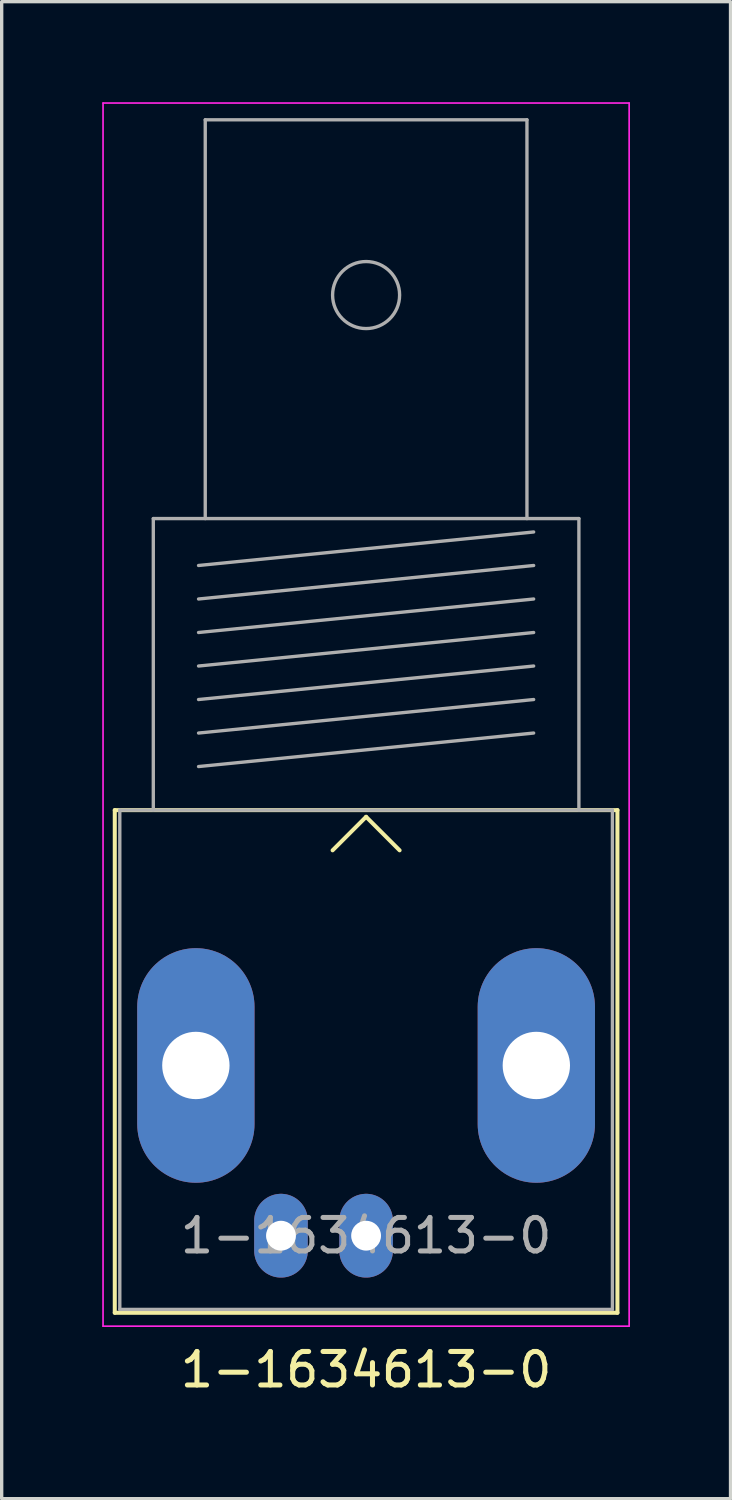
<source format=kicad_pcb>
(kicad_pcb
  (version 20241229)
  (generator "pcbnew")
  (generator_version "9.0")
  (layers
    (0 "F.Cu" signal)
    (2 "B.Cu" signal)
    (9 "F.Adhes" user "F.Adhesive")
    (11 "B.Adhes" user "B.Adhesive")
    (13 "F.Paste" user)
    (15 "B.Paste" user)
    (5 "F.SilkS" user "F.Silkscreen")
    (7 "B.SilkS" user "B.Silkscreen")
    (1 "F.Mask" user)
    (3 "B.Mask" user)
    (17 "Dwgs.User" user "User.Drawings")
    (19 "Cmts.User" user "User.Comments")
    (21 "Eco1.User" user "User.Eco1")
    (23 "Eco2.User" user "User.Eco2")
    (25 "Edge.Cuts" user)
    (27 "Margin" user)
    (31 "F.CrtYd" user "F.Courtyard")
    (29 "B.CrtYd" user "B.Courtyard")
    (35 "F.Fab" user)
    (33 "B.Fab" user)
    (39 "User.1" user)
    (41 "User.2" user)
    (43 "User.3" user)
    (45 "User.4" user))
  (footprint "1-1634613-0"
    (layer "F.Cu")
    (at 7.875 33.825)
    (property "Reference" "1-1634613-0" (at 0 4 0) (layer "F.SilkS") (effects (font (size 1 1) (thickness 0.15))))
    (attr through_hole)
    (fp_line (start -7.5 -12.7) (end 7.5 -12.7) (stroke (width 0.12) (type solid)) (layer "F.SilkS"))
    (fp_line (start -7.5 2.3) (end -7.5 -12.7) (stroke (width 0.12) (type solid)) (layer "F.SilkS"))
    (fp_line (start 0 -12.5) (end -1 -11.5) (stroke (width 0.12) (type solid)) (layer "F.SilkS"))
    (fp_line (start 0 -12.5) (end 1 -11.5) (stroke (width 0.12) (type solid)) (layer "F.SilkS"))
    (fp_line (start 7.5 -12.7) (end 7.5 2.3) (stroke (width 0.12) (type solid)) (layer "F.SilkS"))
    (fp_line (start 7.5 2.3) (end -7.5 2.3) (stroke (width 0.12) (type solid)) (layer "F.SilkS"))
    (fp_line (start -7.85 2.7) (end -7.85 -33.8) (stroke (width 0.05) (type solid)) (layer "F.CrtYd"))
    (fp_line (start -7.85 2.7) (end 7.85 2.7) (stroke (width 0.05) (type solid)) (layer "F.CrtYd"))
    (fp_line (start 7.85 -33.8) (end -7.85 -33.8) (stroke (width 0.05) (type solid)) (layer "F.CrtYd"))
    (fp_line (start 7.85 2.7) (end 7.85 -33.8) (stroke (width 0.05) (type solid)) (layer "F.CrtYd"))
    (fp_line (start -7.35 -12.7) (end -7.35 2.2) (stroke (width 0.1) (type solid)) (layer "F.Fab"))
    (fp_line (start -7.35 2.2) (end 7.35 2.2) (stroke (width 0.1) (type solid)) (layer "F.Fab"))
    (fp_line (start -6.35 -21.4) (end -6.35 -12.7) (stroke (width 0.1) (type solid)) (layer "F.Fab"))
    (fp_line (start -5 -20) (end 5 -21) (stroke (width 0.1) (type solid)) (layer "F.Fab"))
    (fp_line (start -5 -19) (end 5 -20) (stroke (width 0.1) (type solid)) (layer "F.Fab"))
    (fp_line (start -5 -18) (end 5 -19) (stroke (width 0.1) (type solid)) (layer "F.Fab"))
    (fp_line (start -5 -17) (end 5 -18) (stroke (width 0.1) (type solid)) (layer "F.Fab"))
    (fp_line (start -5 -16) (end 5 -17) (stroke (width 0.1) (type solid)) (layer "F.Fab"))
    (fp_line (start -5 -15) (end 5 -16) (stroke (width 0.1) (type solid)) (layer "F.Fab"))
    (fp_line (start -5 -14) (end 5 -15) (stroke (width 0.1) (type solid)) (layer "F.Fab"))
    (fp_line (start -4.8 -33.3) (end -4.8 -21.4) (stroke (width 0.1) (type solid)) (layer "F.Fab"))
    (fp_line (start 4.8 -33.3) (end -4.8 -33.3) (stroke (width 0.1) (type solid)) (layer "F.Fab"))
    (fp_line (start 4.8 -21.4) (end 4.8 -33.3) (stroke (width 0.1) (type solid)) (layer "F.Fab"))
    (fp_line (start 6.35 -21.4) (end -6.35 -21.4) (stroke (width 0.1) (type solid)) (layer "F.Fab"))
    (fp_line (start 6.35 -12.7) (end 6.35 -21.4) (stroke (width 0.1) (type solid)) (layer "F.Fab"))
    (fp_line (start 7.35 -12.7) (end -7.35 -12.7) (stroke (width 0.1) (type solid)) (layer "F.Fab"))
    (fp_line (start 7.35 2.2) (end 7.35 -12.7) (stroke (width 0.1) (type solid)) (layer "F.Fab"))
    (fp_circle (center 0 -28.07) (end 1 -28.07) (stroke (width 0.1) (type solid)) (fill no) (layer "F.Fab"))
    (fp_text user "${REFERENCE}" (at 0 0 0) (layer "F.Fab") (effects (font (size 1 1) (thickness 0.15))))
    (pad "1" thru_hole oval (at 0 0) (size 1.6 2.5) (drill 0.89) (layers "*.Cu" "*.Mask"))
    (pad "2" thru_hole oval (at -5.08 -5.08) (size 3.5 7) (drill 2.01) (layers "*.Cu" "*.Mask"))
    (pad "2" thru_hole oval (at -2.54 0) (size 1.6 2.5) (drill 0.89) (layers "*.Cu" "*.Mask"))
    (pad "2" thru_hole oval (at 5.08 -5.08) (size 3.5 7) (drill 2.01) (layers "*.Cu" "*.Mask")))
  (gr_rect
    (start -3 -3)
    (end 18.75 41.673)
    (stroke (width 0.1) (type default))
    (fill no)
    (layer "Edge.Cuts")))
</source>
